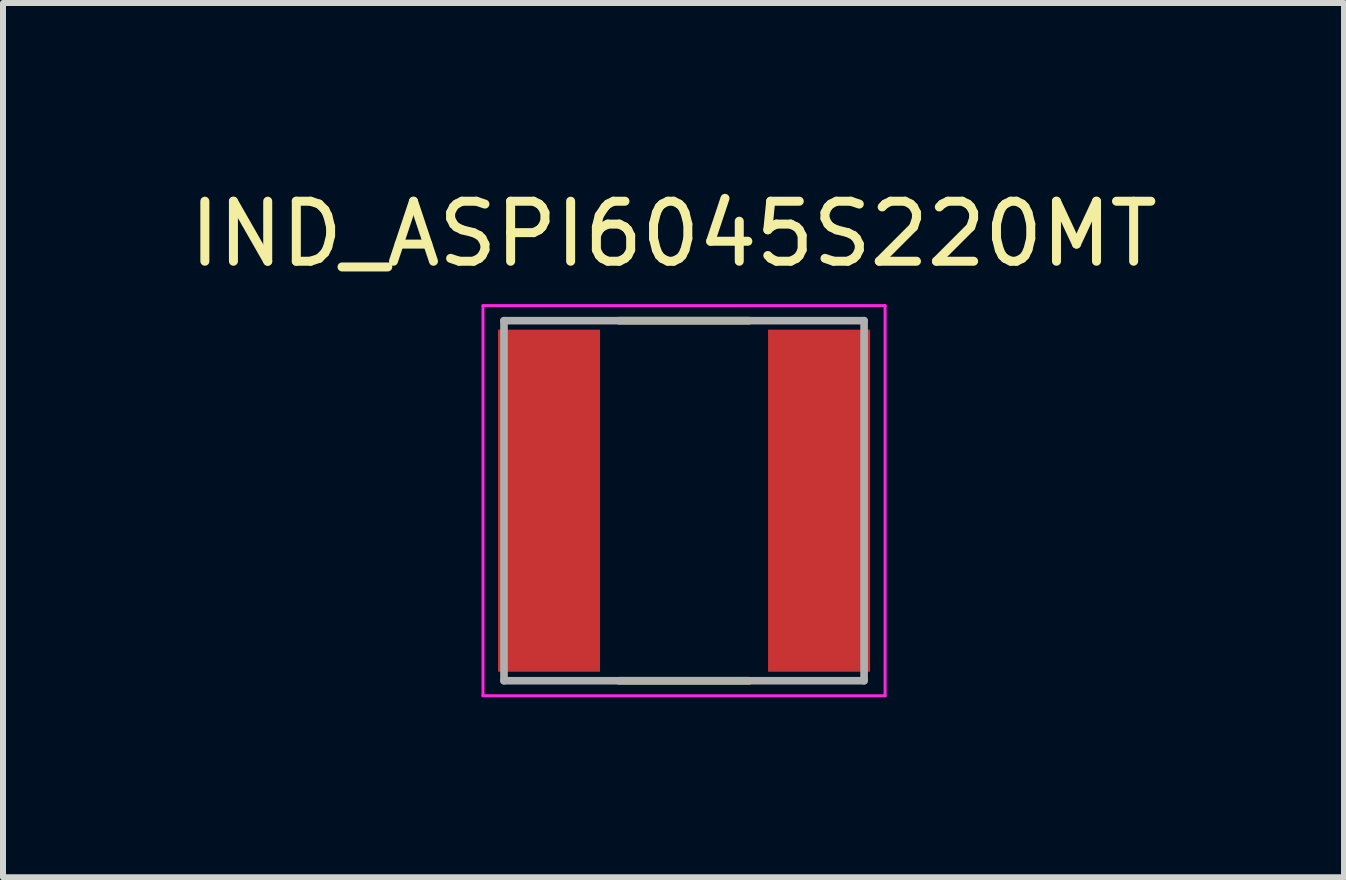
<source format=kicad_pcb>
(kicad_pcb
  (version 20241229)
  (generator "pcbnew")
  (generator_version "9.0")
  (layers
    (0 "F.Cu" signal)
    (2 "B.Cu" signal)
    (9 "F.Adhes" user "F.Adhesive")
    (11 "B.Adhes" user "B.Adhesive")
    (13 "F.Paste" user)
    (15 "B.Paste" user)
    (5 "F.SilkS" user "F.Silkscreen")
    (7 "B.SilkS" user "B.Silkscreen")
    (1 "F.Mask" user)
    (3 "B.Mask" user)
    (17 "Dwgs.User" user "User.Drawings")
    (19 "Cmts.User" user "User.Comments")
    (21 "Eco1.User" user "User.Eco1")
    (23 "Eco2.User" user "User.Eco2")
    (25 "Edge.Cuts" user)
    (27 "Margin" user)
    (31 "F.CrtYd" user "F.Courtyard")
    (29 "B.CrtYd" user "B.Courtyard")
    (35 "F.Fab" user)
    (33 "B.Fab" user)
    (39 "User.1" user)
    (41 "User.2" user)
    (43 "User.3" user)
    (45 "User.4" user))
  (footprint "IND_ASPI6045S220MT"
    (layer "F.Cu")
    (at 8.348 5.293)
    (property "Reference" "IND_ASPI6045S220MT" (at -0.175 -4.445 0) (layer "F.SilkS") (effects (font (size 1 1) (thickness 0.15))))
    (attr smd)
    (fp_line (start -1.087 -3) (end 1.087 -3) (stroke (width 0.127) (type solid)) (layer "F.SilkS"))
    (fp_line (start -1.087 3) (end 1.087 3) (stroke (width 0.127) (type solid)) (layer "F.SilkS"))
    (fp_line (start -3.35 -3.25) (end 3.35 -3.25) (stroke (width 0.05) (type solid)) (layer "F.CrtYd"))
    (fp_line (start -3.35 3.25) (end -3.35 -3.25) (stroke (width 0.05) (type solid)) (layer "F.CrtYd"))
    (fp_line (start 3.35 -3.25) (end 3.35 3.25) (stroke (width 0.05) (type solid)) (layer "F.CrtYd"))
    (fp_line (start 3.35 3.25) (end -3.35 3.25) (stroke (width 0.05) (type solid)) (layer "F.CrtYd"))
    (fp_line (start -3 -3) (end 3 -3) (stroke (width 0.127) (type solid)) (layer "F.Fab"))
    (fp_line (start -3 3) (end -3 -3) (stroke (width 0.127) (type solid)) (layer "F.Fab"))
    (fp_line (start 3 -3) (end 3 3) (stroke (width 0.127) (type solid)) (layer "F.Fab"))
    (fp_line (start 3 3) (end -3 3) (stroke (width 0.127) (type solid)) (layer "F.Fab"))
    (pad "1" smd rect (at -2.25 0) (size 1.7 5.7) (layers "F.Cu" "F.Mask" "F.Paste"))
    (pad "2" smd rect (at 2.25 0) (size 1.7 5.7) (layers "F.Cu" "F.Mask" "F.Paste")))
  (gr_rect
    (start -3 -3)
    (end 19.345 11.568)
    (stroke (width 0.1) (type default))
    (fill no)
    (layer "Edge.Cuts")))
</source>
